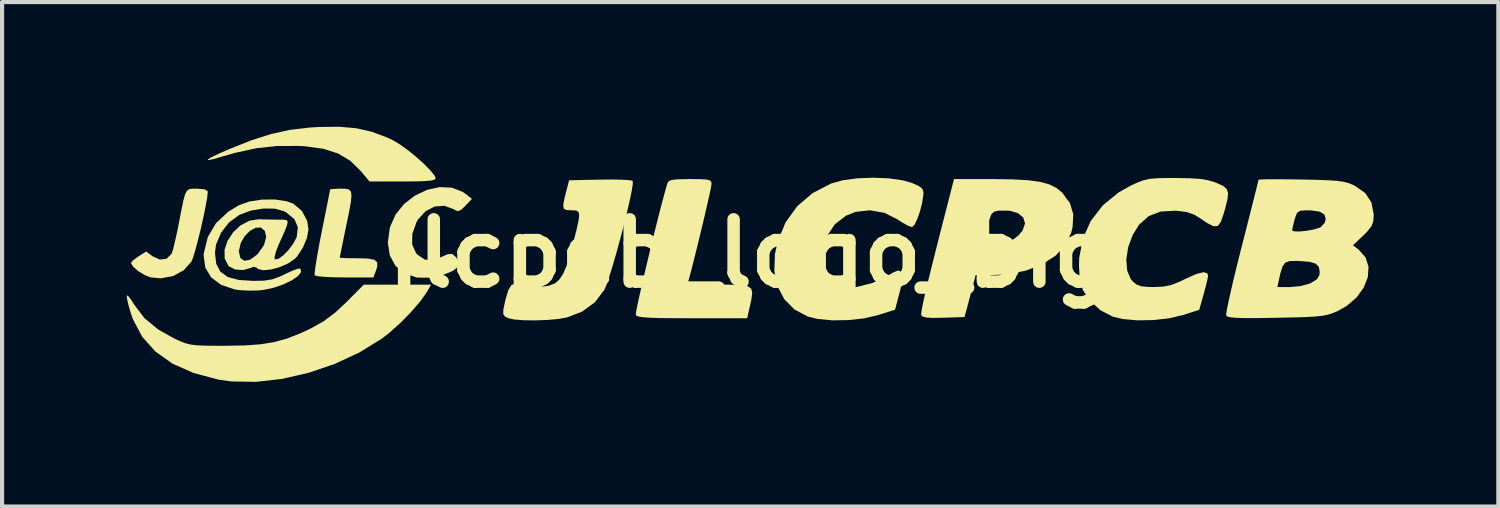
<source format=kicad_pcb>
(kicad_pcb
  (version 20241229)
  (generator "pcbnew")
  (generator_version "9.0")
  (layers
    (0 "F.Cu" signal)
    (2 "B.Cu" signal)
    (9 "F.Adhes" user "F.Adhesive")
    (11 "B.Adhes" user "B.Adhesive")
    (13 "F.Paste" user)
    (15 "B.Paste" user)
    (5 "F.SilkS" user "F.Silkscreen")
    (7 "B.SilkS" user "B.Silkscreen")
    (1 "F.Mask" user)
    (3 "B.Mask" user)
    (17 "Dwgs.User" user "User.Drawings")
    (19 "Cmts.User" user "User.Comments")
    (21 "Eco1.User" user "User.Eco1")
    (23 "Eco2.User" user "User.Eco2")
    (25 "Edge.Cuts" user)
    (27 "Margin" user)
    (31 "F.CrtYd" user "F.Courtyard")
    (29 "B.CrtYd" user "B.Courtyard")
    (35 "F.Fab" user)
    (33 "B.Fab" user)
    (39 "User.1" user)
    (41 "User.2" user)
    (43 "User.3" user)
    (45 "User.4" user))
  (footprint "jlcpcb_logo_big"
    (layer "F.Cu")
    (at 14.995 3.049)
    (property "Reference" "jlcpcb_logo_big" (at 0 0 0) (layer "F.SilkS") (effects (font (size 1.5 1.5) (thickness 0.3))))
    (attr board_only exclude_from_pos_files exclude_from_bom)
    (fp_poly (pts (xy -9.47 -3.013) (xy -9.101 -2.929) (xy -8.737 -2.793) (xy -8.601 -2.73) (xy -8.431 -2.63) (xy -8.232 -2.487) (xy -8.026 -2.32) (xy -7.835 -2.148) (xy -7.681 -1.99) (xy -7.584 -1.866) (xy -7.562 -1.809) (xy -7.586 -1.777) (xy -7.667 -1.755) (xy -7.821 -1.741) (xy -8.061 -1.734) (xy -8.358 -1.732) (xy -9.154 -1.732) (xy -9.367 -1.987) (xy -9.619 -2.232) (xy -9.913 -2.407) (xy -10.268 -2.52) (xy -10.706 -2.579) (xy -10.851 -2.587) (xy -11.381 -2.586) (xy -11.88 -2.532) (xy -12.397 -2.419) (xy -12.685 -2.336) (xy -12.911 -2.27) (xy -13.032 -2.246) (xy -13.047 -2.261) (xy -12.957 -2.316) (xy -12.764 -2.408) (xy -12.527 -2.512) (xy -11.997 -2.723) (xy -11.523 -2.874) (xy -11.072 -2.973) (xy -10.607 -3.029) (xy -10.362 -3.044) (xy -9.879 -3.049)) (stroke (width 0) (type solid)) (fill yes) (layer "F.SilkS"))
    (fp_poly (pts (xy -13.31 -1.559) (xy -13.302 -1.559) (xy -13.125 -1.544) (xy -13.05 -1.5) (xy -13.046 -1.48) (xy -13.06 -1.344) (xy -13.098 -1.131) (xy -13.152 -0.868) (xy -13.216 -0.583) (xy -13.285 -0.306) (xy -13.35 -0.063) (xy -13.406 0.117) (xy -13.438 0.195) (xy -13.624 0.404) (xy -13.878 0.543) (xy -14.174 0.598) (xy -14.421 0.576) (xy -14.569 0.518) (xy -14.72 0.424) (xy -14.841 0.319) (xy -14.893 0.231) (xy -14.894 0.227) (xy -14.85 0.171) (xy -14.741 0.088) (xy -14.711 0.069) (xy -14.528 -0.047) (xy -14.371 0.069) (xy -14.195 0.147) (xy -14.035 0.126) (xy -13.917 0.008) (xy -13.917 0.008) (xy -13.884 -0.087) (xy -13.839 -0.268) (xy -13.786 -0.507) (xy -13.742 -0.724) (xy -13.68 -1.047) (xy -13.633 -1.274) (xy -13.592 -1.422) (xy -13.548 -1.507) (xy -13.492 -1.547) (xy -13.416 -1.559)) (stroke (width 0) (type solid)) (fill yes) (layer "F.SilkS"))
    (fp_poly (pts (xy -9.728 -1.557) (xy -9.649 -1.54) (xy -9.603 -1.492) (xy -9.588 -1.398) (xy -9.602 -1.241) (xy -9.644 -1.006) (xy -9.712 -0.677) (xy -9.727 -0.605) (xy -9.782 -0.339) (xy -9.827 -0.118) (xy -9.858 0.036) (xy -9.871 0.101) (xy -9.871 0.101) (xy -9.818 0.108) (xy -9.678 0.113) (xy -9.479 0.115) (xy -9.437 0.115) (xy -9.185 0.123) (xy -9.034 0.153) (xy -8.967 0.216) (xy -8.969 0.322) (xy -9.002 0.423) (xy -9.06 0.577) (xy -9.751 0.577) (xy -10.022 0.573) (xy -10.248 0.562) (xy -10.407 0.546) (xy -10.473 0.526) (xy -10.473 0.455) (xy -10.451 0.291) (xy -10.412 0.052) (xy -10.359 -0.242) (xy -10.304 -0.523) (xy -10.239 -0.846) (xy -10.182 -1.128) (xy -10.138 -1.35) (xy -10.111 -1.493) (xy -10.102 -1.54) (xy -10.051 -1.551) (xy -9.92 -1.558) (xy -9.842 -1.559)) (stroke (width 0) (type solid)) (fill yes) (layer "F.SilkS"))
    (fp_poly (pts (xy -7.175 -1.584) (xy -6.91 -1.481) (xy -6.841 -1.433) (xy -6.689 -1.313) (xy -6.847 -1.148) (xy -6.956 -1.044) (xy -7.031 -1.017) (xy -7.116 -1.054) (xy -7.138 -1.068) (xy -7.356 -1.148) (xy -7.586 -1.129) (xy -7.803 -1.018) (xy -7.98 -0.826) (xy -8.024 -0.752) (xy -8.124 -0.469) (xy -8.128 -0.217) (xy -8.035 -0.01) (xy -7.998 0.031) (xy -7.82 0.149) (xy -7.62 0.159) (xy -7.426 0.086) (xy -7.266 0.015) (xy -7.163 0.013) (xy -7.081 0.081) (xy -7.065 0.101) (xy -6.996 0.225) (xy -7.021 0.32) (xy -7.147 0.417) (xy -7.154 0.422) (xy -7.41 0.526) (xy -7.711 0.583) (xy -7.997 0.581) (xy -8.024 0.577) (xy -8.315 0.476) (xy -8.531 0.295) (xy -8.666 0.045) (xy -8.713 -0.261) (xy -8.666 -0.612) (xy -8.659 -0.637) (xy -8.527 -0.936) (xy -8.322 -1.19) (xy -8.063 -1.391) (xy -7.772 -1.53) (xy -7.469 -1.597)) (stroke (width 0) (type solid)) (fill yes) (layer "F.SilkS"))
    (fp_poly (pts (xy -7.775 0.929) (xy -7.932 1.152) (xy -8.155 1.41) (xy -8.414 1.674) (xy -8.681 1.913) (xy -8.857 2.049) (xy -9.397 2.382) (xy -9.992 2.658) (xy -10.621 2.872) (xy -11.258 3.018) (xy -11.882 3.089) (xy -12.47 3.08) (xy -12.787 3.036) (xy -13.387 2.876) (xy -13.893 2.652) (xy -14.305 2.361) (xy -14.623 2.004) (xy -14.848 1.58) (xy -14.901 1.426) (xy -14.957 1.229) (xy -14.99 1.079) (xy -14.995 1.006) (xy -14.994 1.005) (xy -14.952 1.033) (xy -14.874 1.137) (xy -14.816 1.231) (xy -14.57 1.556) (xy -14.236 1.831) (xy -13.857 2.043) (xy -13.708 2.112) (xy -13.582 2.161) (xy -13.454 2.192) (xy -13.3 2.211) (xy -13.095 2.219) (xy -12.813 2.221) (xy -12.613 2.221) (xy -12.151 2.213) (xy -11.772 2.185) (xy -11.445 2.132) (xy -11.139 2.047) (xy -10.822 1.923) (xy -10.564 1.803) (xy -10.258 1.632) (xy -9.974 1.418) (xy -9.711 1.172) (xy -9.292 0.75) (xy -8.482 0.75) (xy -7.671 0.75)) (stroke (width 0) (type solid)) (fill yes) (layer "F.SilkS"))
    (fp_poly (pts (xy -1.194 -1.788) (xy -1.041 -1.779) (xy -0.96 -1.757) (xy -0.929 -1.719) (xy -0.924 -1.672) (xy -0.937 -1.59) (xy -0.973 -1.417) (xy -1.028 -1.175) (xy -1.095 -0.884) (xy -1.171 -0.567) (xy -1.249 -0.244) (xy -1.325 0.064) (xy -1.393 0.334) (xy -1.449 0.547) (xy -1.478 0.649) (xy -1.482 0.691) (xy -1.452 0.719) (xy -1.372 0.736) (xy -1.223 0.746) (xy -0.989 0.75) (xy -0.753 0.75) (xy -0.42 0.752) (xy -0.188 0.763) (xy -0.041 0.793) (xy 0.035 0.853) (xy 0.055 0.952) (xy 0.036 1.099) (xy 0.004 1.246) (xy -0.066 1.559) (xy -1.391 1.559) (xy -1.829 1.557) (xy -2.164 1.554) (xy -2.409 1.546) (xy -2.578 1.534) (xy -2.682 1.517) (xy -2.735 1.494) (xy -2.748 1.478) (xy -2.74 1.409) (xy -2.709 1.245) (xy -2.656 1.005) (xy -2.588 0.705) (xy -2.508 0.362) (xy -2.42 -0.004) (xy -2.329 -0.378) (xy -2.238 -0.742) (xy -2.153 -1.079) (xy -2.076 -1.37) (xy -2.013 -1.598) (xy -1.986 -1.689) (xy -1.955 -1.738) (xy -1.885 -1.768) (xy -1.753 -1.784) (xy -1.535 -1.789) (xy -1.439 -1.79)) (stroke (width 0) (type solid)) (fill yes) (layer "F.SilkS"))
    (fp_poly (pts (xy -3.086 -1.775) (xy -2.911 -1.765) (xy -2.825 -1.75) (xy -2.821 -1.747) (xy -2.818 -1.676) (xy -2.843 -1.514) (xy -2.891 -1.279) (xy -2.958 -0.992) (xy -3.037 -0.67) (xy -3.125 -0.335) (xy -3.216 -0.004) (xy -3.305 0.303) (xy -3.388 0.567) (xy -3.458 0.769) (xy -3.506 0.878) (xy -3.731 1.175) (xy -4.041 1.4) (xy -4.401 1.539) (xy -4.61 1.576) (xy -4.876 1.6) (xy -5.164 1.61) (xy -5.44 1.607) (xy -5.67 1.589) (xy -5.816 1.557) (xy -5.897 1.516) (xy -5.935 1.459) (xy -5.934 1.356) (xy -5.897 1.178) (xy -5.881 1.108) (xy -5.814 0.883) (xy -5.738 0.759) (xy -5.639 0.721) (xy -5.519 0.748) (xy -5.313 0.795) (xy -5.075 0.805) (xy -4.852 0.78) (xy -4.692 0.721) (xy -4.688 0.718) (xy -4.586 0.627) (xy -4.499 0.498) (xy -4.417 0.311) (xy -4.333 0.047) (xy -4.246 -0.275) (xy -4.17 -0.58) (xy -4.124 -0.791) (xy -4.108 -0.925) (xy -4.125 -0.999) (xy -4.175 -1.031) (xy -4.26 -1.039) (xy -4.301 -1.039) (xy -4.418 -1.045) (xy -4.48 -1.079) (xy -4.493 -1.164) (xy -4.464 -1.322) (xy -4.426 -1.472) (xy -4.351 -1.761) (xy -3.609 -1.777) (xy -3.326 -1.78)) (stroke (width 0) (type solid)) (fill yes) (layer "F.SilkS"))
    (fp_poly (pts (xy 3.348 -1.807) (xy 3.682 -1.759) (xy 3.897 -1.697) (xy 4.065 -1.622) (xy 4.15 -1.556) (xy 4.175 -1.474) (xy 4.174 -1.422) (xy 4.145 -1.225) (xy 4.093 -1.017) (xy 4.027 -0.829) (xy 3.959 -0.691) (xy 3.899 -0.635) (xy 3.897 -0.635) (xy 3.806 -0.667) (xy 3.66 -0.747) (xy 3.551 -0.82) (xy 3.234 -0.978) (xy 2.888 -1.039) (xy 2.543 -1.001) (xy 2.31 -0.909) (xy 2.046 -0.705) (xy 1.858 -0.426) (xy 1.757 -0.087) (xy 1.744 0.217) (xy 1.777 0.477) (xy 1.848 0.646) (xy 1.973 0.748) (xy 2.171 0.804) (xy 2.175 0.805) (xy 2.547 0.812) (xy 2.948 0.71) (xy 3.38 0.499) (xy 3.458 0.452) (xy 3.568 0.408) (xy 3.644 0.446) (xy 3.674 0.512) (xy 3.67 0.632) (xy 3.629 0.829) (xy 3.602 0.933) (xy 3.493 1.352) (xy 3.088 1.481) (xy 2.748 1.561) (xy 2.364 1.604) (xy 1.978 1.609) (xy 1.627 1.575) (xy 1.393 1.518) (xy 1.071 1.348) (xy 0.826 1.1) (xy 0.663 0.787) (xy 0.587 0.419) (xy 0.603 0.009) (xy 0.669 -0.293) (xy 0.859 -0.751) (xy 1.14 -1.139) (xy 1.507 -1.452) (xy 1.954 -1.684) (xy 2.235 -1.761) (xy 2.587 -1.808) (xy 2.97 -1.823)) (stroke (width 0) (type solid)) (fill yes) (layer "F.SilkS"))
    (fp_poly (pts (xy 6.322 -1.783) (xy 6.694 -1.762) (xy 6.983 -1.723) (xy 7.205 -1.662) (xy 7.376 -1.577) (xy 7.512 -1.465) (xy 7.518 -1.459) (xy 7.701 -1.209) (xy 7.781 -0.94) (xy 7.763 -0.632) (xy 7.732 -0.504) (xy 7.591 -0.203) (xy 7.353 0.054) (xy 7.031 0.262) (xy 6.639 0.413) (xy 6.19 0.5) (xy 5.847 0.519) (xy 5.431 0.52) (xy 5.367 0.765) (xy 5.309 0.986) (xy 5.246 1.223) (xy 5.234 1.27) (xy 5.163 1.53) (xy 4.659 1.546) (xy 4.401 1.551) (xy 4.239 1.541) (xy 4.152 1.515) (xy 4.123 1.482) (xy 4.122 1.434) (xy 4.138 1.329) (xy 4.172 1.162) (xy 4.225 0.925) (xy 4.301 0.611) (xy 4.399 0.214) (xy 4.522 -0.275) (xy 4.537 -0.334) (xy 5.658 -0.334) (xy 5.688 -0.258) (xy 5.776 -0.236) (xy 5.929 -0.247) (xy 5.944 -0.249) (xy 6.138 -0.281) (xy 6.299 -0.325) (xy 6.348 -0.345) (xy 6.468 -0.441) (xy 6.56 -0.553) (xy 6.62 -0.72) (xy 6.579 -0.862) (xy 6.451 -0.969) (xy 6.249 -1.029) (xy 5.986 -1.031) (xy 5.973 -1.029) (xy 5.871 -1.004) (xy 5.806 -0.936) (xy 5.754 -0.796) (xy 5.734 -0.722) (xy 5.676 -0.482) (xy 5.658 -0.334) (xy 4.537 -0.334) (xy 4.672 -0.86) (xy 4.849 -1.55) (xy 4.855 -1.573) (xy 4.911 -1.79) (xy 5.851 -1.79)) (stroke (width 0) (type solid)) (fill yes) (layer "F.SilkS"))
    (fp_poly (pts (xy 10.247 -1.816) (xy 10.578 -1.81) (xy 10.823 -1.795) (xy 11.012 -1.765) (xy 11.173 -1.718) (xy 11.228 -1.697) (xy 11.38 -1.629) (xy 11.47 -1.556) (xy 11.505 -1.455) (xy 11.491 -1.302) (xy 11.433 -1.071) (xy 11.402 -0.965) (xy 11.333 -0.764) (xy 11.258 -0.662) (xy 11.155 -0.654) (xy 11.002 -0.732) (xy 10.874 -0.82) (xy 10.692 -0.933) (xy 10.514 -0.996) (xy 10.284 -1.026) (xy 10.246 -1.029) (xy 9.888 -1.01) (xy 9.598 -0.901) (xy 9.366 -0.695) (xy 9.213 -0.451) (xy 9.102 -0.154) (xy 9.056 0.142) (xy 9.076 0.408) (xy 9.163 0.616) (xy 9.205 0.666) (xy 9.302 0.747) (xy 9.417 0.79) (xy 9.586 0.806) (xy 9.717 0.808) (xy 9.948 0.797) (xy 10.144 0.756) (xy 10.357 0.671) (xy 10.479 0.611) (xy 10.741 0.494) (xy 10.916 0.45) (xy 11.007 0.478) (xy 11.024 0.54) (xy 11.008 0.626) (xy 10.969 0.788) (xy 10.917 0.981) (xy 10.812 1.355) (xy 10.414 1.483) (xy 10.08 1.561) (xy 9.702 1.603) (xy 9.319 1.609) (xy 8.971 1.578) (xy 8.727 1.519) (xy 8.439 1.369) (xy 8.193 1.149) (xy 8.018 0.89) (xy 7.966 0.75) (xy 7.932 0.547) (xy 7.918 0.292) (xy 7.923 0.11) (xy 8.011 -0.359) (xy 8.203 -0.785) (xy 8.492 -1.158) (xy 8.869 -1.468) (xy 9.167 -1.635) (xy 9.338 -1.713) (xy 9.481 -1.765) (xy 9.625 -1.796) (xy 9.803 -1.811) (xy 10.044 -1.816)) (stroke (width 0) (type solid)) (fill yes) (layer "F.SilkS"))
    (fp_poly (pts (xy 12.966 -1.784) (xy 13.263 -1.78) (xy 13.64 -1.772) (xy 13.921 -1.761) (xy 14.128 -1.747) (xy 14.281 -1.725) (xy 14.4 -1.695) (xy 14.505 -1.653) (xy 14.549 -1.632) (xy 14.802 -1.457) (xy 14.954 -1.23) (xy 15.009 -0.945) (xy 15.009 -0.919) (xy 14.998 -0.766) (xy 14.95 -0.645) (xy 14.843 -0.516) (xy 14.76 -0.434) (xy 14.511 -0.196) (xy 14.648 -0.093) (xy 14.813 0.095) (xy 14.885 0.321) (xy 14.868 0.57) (xy 14.769 0.822) (xy 14.595 1.061) (xy 14.352 1.268) (xy 14.128 1.392) (xy 14.017 1.438) (xy 13.905 1.473) (xy 13.775 1.499) (xy 13.608 1.517) (xy 13.383 1.53) (xy 13.082 1.539) (xy 12.687 1.547) (xy 12.657 1.548) (xy 12.246 1.554) (xy 11.938 1.555) (xy 11.718 1.55) (xy 11.574 1.538) (xy 11.492 1.519) (xy 11.459 1.493) (xy 11.458 1.492) (xy 11.465 1.418) (xy 11.497 1.247) (xy 11.552 0.994) (xy 11.595 0.808) (xy 12.691 0.808) (xy 12.998 0.808) (xy 13.241 0.786) (xy 13.459 0.728) (xy 13.508 0.707) (xy 13.647 0.618) (xy 13.704 0.515) (xy 13.71 0.436) (xy 13.688 0.319) (xy 13.61 0.243) (xy 13.458 0.2) (xy 13.213 0.181) (xy 13.146 0.179) (xy 12.986 0.183) (xy 12.883 0.22) (xy 12.816 0.311) (xy 12.763 0.481) (xy 12.732 0.621) (xy 12.691 0.808) (xy 11.595 0.808) (xy 11.625 0.675) (xy 11.715 0.304) (xy 11.817 -0.104) (xy 11.834 -0.167) (xy 11.932 -0.555) (xy 13.047 -0.555) (xy 13.097 -0.531) (xy 13.223 -0.529) (xy 13.39 -0.546) (xy 13.562 -0.577) (xy 13.702 -0.618) (xy 13.737 -0.634) (xy 13.833 -0.741) (xy 13.855 -0.832) (xy 13.822 -0.939) (xy 13.713 -1.005) (xy 13.514 -1.035) (xy 13.381 -1.038) (xy 13.239 -1.028) (xy 13.163 -0.975) (xy 13.114 -0.846) (xy 13.107 -0.823) (xy 13.068 -0.67) (xy 13.048 -0.567) (xy 13.047 -0.555) (xy 11.932 -0.555) (xy 11.938 -0.577) (xy 12.032 -0.948) (xy 12.113 -1.268) (xy 12.177 -1.521) (xy 12.22 -1.694) (xy 12.238 -1.771) (xy 12.238 -1.774) (xy 12.293 -1.781) (xy 12.445 -1.785) (xy 12.675 -1.786)) (stroke (width 0) (type solid)) (fill yes) (layer "F.SilkS"))
    (fp_poly (pts (xy -11.15 -1.257) (xy -10.984 -1.196) (xy -10.781 -1.024) (xy -10.654 -0.787) (xy -10.622 -0.578) (xy -10.66 -0.37) (xy -10.758 -0.138) (xy -10.89 0.064) (xy -10.95 0.128) (xy -11.114 0.241) (xy -11.316 0.329) (xy -11.524 0.386) (xy -11.707 0.404) (xy -11.833 0.375) (xy -11.863 0.346) (xy -11.94 0.32) (xy -12.007 0.346) (xy -12.193 0.399) (xy -12.386 0.386) (xy -12.536 0.309) (xy -12.547 0.299) (xy -12.639 0.12) (xy -12.641 -0.042) (xy -12.296 -0.042) (xy -12.261 0.111) (xy -12.166 0.176) (xy -12.029 0.151) (xy -11.868 0.035) (xy -11.835 0.001) (xy -11.693 -0.201) (xy -11.64 -0.396) (xy -11.673 -0.543) (xy -11.768 -0.624) (xy -11.894 -0.619) (xy -12.031 -0.544) (xy -12.157 -0.416) (xy -12.252 -0.251) (xy -12.295 -0.068) (xy -12.296 -0.042) (xy -12.641 -0.042) (xy -12.642 -0.088) (xy -12.569 -0.305) (xy -12.436 -0.508) (xy -12.255 -0.677) (xy -12.041 -0.789) (xy -11.819 -0.823) (xy -11.588 -0.817) (xy -11.352 -0.814) (xy -11.33 -0.813) (xy -11.217 -0.813) (xy -11.148 -0.802) (xy -11.122 -0.76) (xy -11.141 -0.671) (xy -11.204 -0.514) (xy -11.312 -0.273) (xy -11.337 -0.219) (xy -11.406 -0.043) (xy -11.439 0.089) (xy -11.432 0.143) (xy -11.35 0.132) (xy -11.233 0.049) (xy -11.104 -0.082) (xy -10.989 -0.235) (xy -10.911 -0.383) (xy -10.903 -0.407) (xy -10.879 -0.635) (xy -10.961 -0.825) (xy -11.152 -0.984) (xy -11.21 -1.016) (xy -11.43 -1.078) (xy -11.708 -1.082) (xy -12.004 -1.033) (xy -12.278 -0.932) (xy -12.289 -0.927) (xy -12.534 -0.747) (xy -12.727 -0.498) (xy -12.846 -0.216) (xy -12.873 -0.014) (xy -12.842 0.248) (xy -12.742 0.439) (xy -12.563 0.567) (xy -12.295 0.638) (xy -11.949 0.66) (xy -11.692 0.654) (xy -11.497 0.623) (xy -11.313 0.557) (xy -11.184 0.495) (xy -11.008 0.414) (xy -10.875 0.367) (xy -10.817 0.363) (xy -10.799 0.445) (xy -10.874 0.543) (xy -11.021 0.645) (xy -11.221 0.742) (xy -11.454 0.823) (xy -11.699 0.876) (xy -11.805 0.889) (xy -12.047 0.895) (xy -12.287 0.882) (xy -12.404 0.864) (xy -12.728 0.753) (xy -12.963 0.577) (xy -13.104 0.343) (xy -13.144 0.057) (xy -13.14 -0.01) (xy -13.044 -0.397) (xy -12.848 -0.729) (xy -12.549 -1.007) (xy -12.296 -1.161) (xy -12.046 -1.25) (xy -11.743 -1.296) (xy -11.431 -1.299)) (stroke (width 0) (type solid)) (fill yes) (layer "F.SilkS")))
  (gr_rect
    (start -3 -3)
    (end 33.004 9.138)
    (stroke (width 0.1) (type default))
    (fill no)
    (layer "Edge.Cuts")))
</source>
